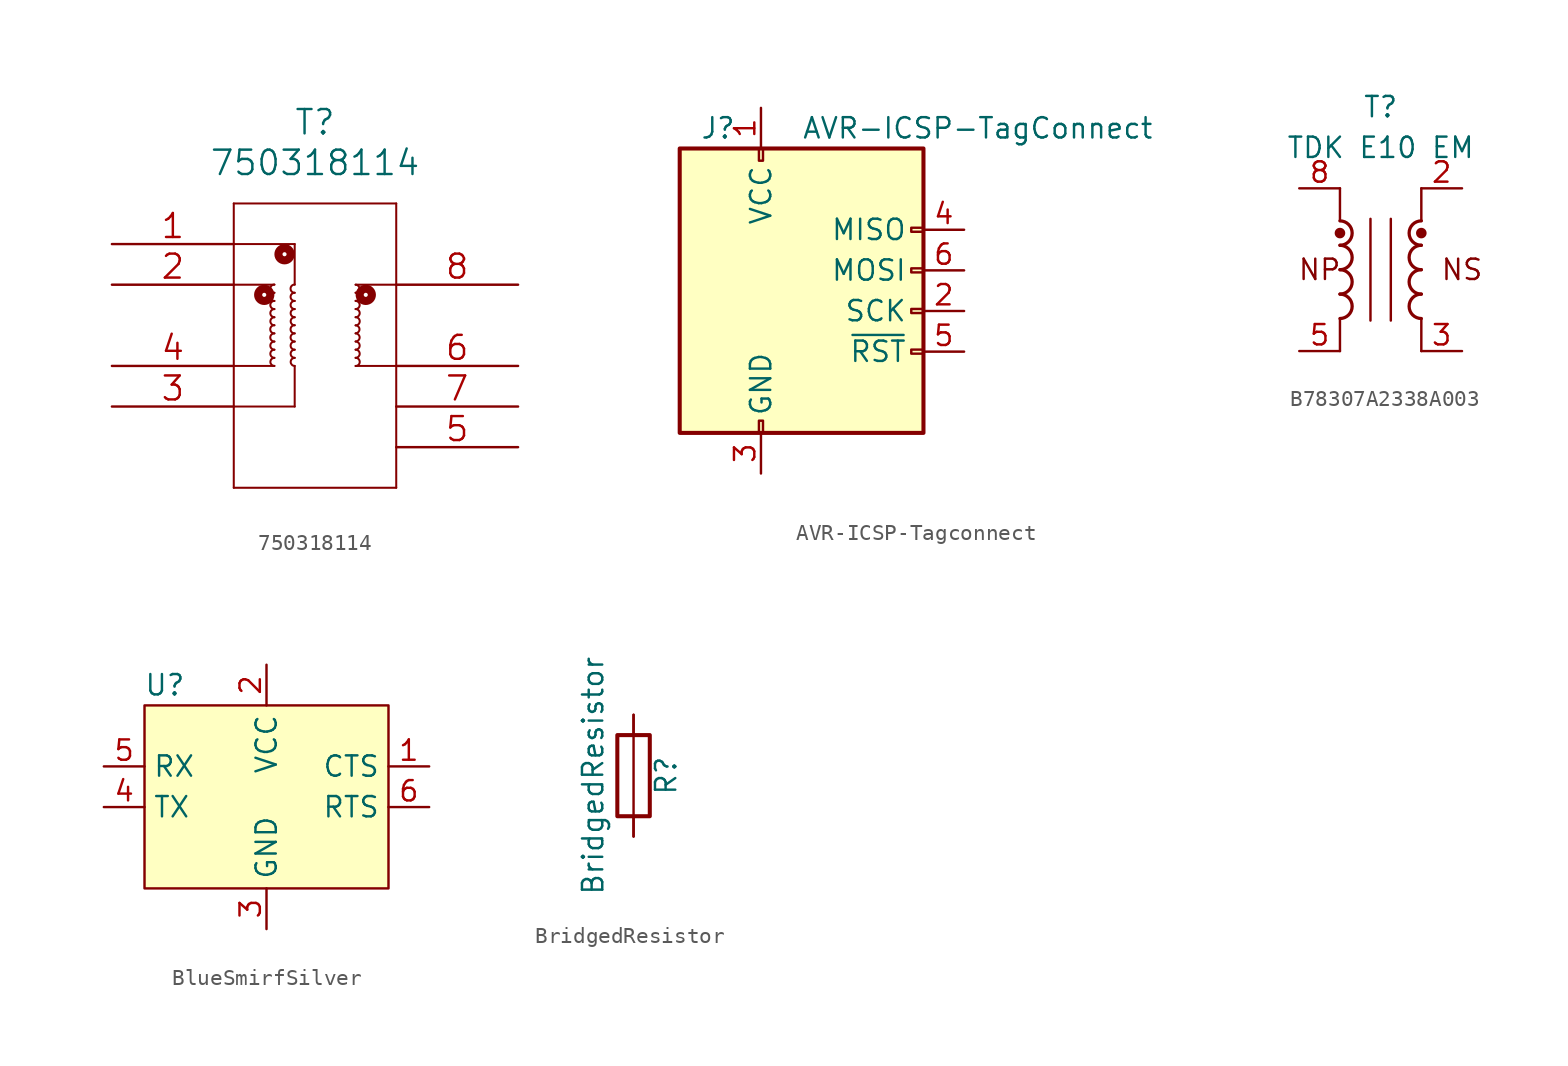
<source format=kicad_sym>
(kicad_symbol_lib
  (version 20231120)
  (generator "kicad_symbol_editor")
  (generator_version "8.0")
  (symbol "750318114"
    (pin_names
      (offset 0.254) hide)
    (property "Reference" "T"
      (at 12.7 7.62 0)
      (effects (font (size 1.524 1.524))))
    (property "Value" "750318114"
      (at 12.7 5.08 0)
      (effects (font (size 1.524 1.524))))
    (property "Datasheet" ""
      (at 0 0 0)
      (effects (font (size 1.524 1.524))))
    (symbol "750318114_1_1"
      (polyline (pts (xy 7.62 -15.24) (xy 17.78 -15.24)) (stroke (width 0.127) (type solid)) (fill (type none)))
      (polyline (pts (xy 7.62 -2.54) (xy 10.16 -2.54)) (stroke (width 0.127) (type solid)) (fill (type none)))
      (polyline (pts (xy 7.62 0) (xy 11.43 0)) (stroke (width 0.127) (type solid)) (fill (type none)))
      (polyline (pts (xy 7.62 2.54) (xy 7.62 -15.24)) (stroke (width 0.127) (type solid)) (fill (type none)))
      (polyline (pts (xy 10.16 -7.62) (xy 7.62 -7.62)) (stroke (width 0.127) (type solid)) (fill (type none)))
      (polyline (pts (xy 11.43 -10.16) (xy 7.62 -10.16)) (stroke (width 0.127) (type solid)) (fill (type none)))
      (polyline (pts (xy 11.43 -10.16) (xy 11.43 -7.62)) (stroke (width 0.127) (type solid)) (fill (type none)))
      (polyline (pts (xy 11.43 -2.54) (xy 11.43 0)) (stroke (width 0.127) (type solid)) (fill (type none)))
      (polyline (pts (xy 15.24 -2.54) (xy 17.78 -2.54)) (stroke (width 0.127) (type solid)) (fill (type none)))
      (polyline (pts (xy 17.78 -15.24) (xy 17.78 2.54)) (stroke (width 0.127) (type solid)) (fill (type none)))
      (polyline (pts (xy 17.78 -7.62) (xy 15.24 -7.62)) (stroke (width 0.127) (type solid)) (fill (type none)))
      (polyline (pts (xy 17.78 2.54) (xy 7.62 2.54)) (stroke (width 0.127) (type solid)) (fill (type none)))
      (circle (center 9.525 -3.175) (radius 0.127) (stroke (width 0.508) (type solid)) (fill (type none)))
      (arc (start 10.16 -7.112) (mid 9.9071 -7.366) (end 10.16 -7.62) (stroke (width 0.127) (type solid)) (fill (type none)))
      (arc (start 10.16 -6.604) (mid 9.9071 -6.858) (end 10.16 -7.112) (stroke (width 0.127) (type solid)) (fill (type none)))
      (arc (start 10.16 -6.096) (mid 9.9071 -6.35) (end 10.16 -6.604) (stroke (width 0.127) (type solid)) (fill (type none)))
      (arc (start 10.16 -5.588) (mid 9.9071 -5.842) (end 10.16 -6.096) (stroke (width 0.127) (type solid)) (fill (type none)))
      (arc (start 10.16 -5.08) (mid 9.9071 -5.334) (end 10.16 -5.588) (stroke (width 0.127) (type solid)) (fill (type none)))
      (arc (start 10.16 -4.572) (mid 9.9071 -4.826) (end 10.16 -5.08) (stroke (width 0.127) (type solid)) (fill (type none)))
      (arc (start 10.16 -4.064) (mid 9.9071 -4.318) (end 10.16 -4.572) (stroke (width 0.127) (type solid)) (fill (type none)))
      (arc (start 10.16 -3.556) (mid 9.9071 -3.81) (end 10.16 -4.064) (stroke (width 0.127) (type solid)) (fill (type none)))
      (arc (start 10.16 -3.048) (mid 9.9071 -3.302) (end 10.16 -3.556) (stroke (width 0.127) (type solid)) (fill (type none)))
      (arc (start 10.16 -2.54) (mid 9.9071 -2.794) (end 10.16 -3.048) (stroke (width 0.127) (type solid)) (fill (type none)))
      (circle (center 10.795 -0.635) (radius 0.127) (stroke (width 0.508) (type solid)) (fill (type none)))
      (arc (start 11.43 -7.112) (mid 11.1771 -7.366) (end 11.43 -7.62) (stroke (width 0.127) (type solid)) (fill (type none)))
      (arc (start 11.43 -6.604) (mid 11.1771 -6.858) (end 11.43 -7.112) (stroke (width 0.127) (type solid)) (fill (type none)))
      (arc (start 11.43 -6.096) (mid 11.1771 -6.35) (end 11.43 -6.604) (stroke (width 0.127) (type solid)) (fill (type none)))
      (arc (start 11.43 -5.588) (mid 11.1771 -5.842) (end 11.43 -6.096) (stroke (width 0.127) (type solid)) (fill (type none)))
      (arc (start 11.43 -5.08) (mid 11.1771 -5.334) (end 11.43 -5.588) (stroke (width 0.127) (type solid)) (fill (type none)))
      (arc (start 11.43 -4.572) (mid 11.1771 -4.826) (end 11.43 -5.08) (stroke (width 0.127) (type solid)) (fill (type none)))
      (arc (start 11.43 -4.064) (mid 11.1771 -4.318) (end 11.43 -4.572) (stroke (width 0.127) (type solid)) (fill (type none)))
      (arc (start 11.43 -3.556) (mid 11.1771 -3.81) (end 11.43 -4.064) (stroke (width 0.127) (type solid)) (fill (type none)))
      (arc (start 11.43 -3.048) (mid 11.1771 -3.302) (end 11.43 -3.556) (stroke (width 0.127) (type solid)) (fill (type none)))
      (arc (start 11.43 -2.54) (mid 11.1771 -2.794) (end 11.43 -3.048) (stroke (width 0.127) (type solid)) (fill (type none)))
      (arc (start 15.24 -7.62) (mid 15.4928 -7.366) (end 15.24 -7.112) (stroke (width 0.127) (type solid)) (fill (type none)))
      (arc (start 15.24 -7.112) (mid 15.4928 -6.858) (end 15.24 -6.604) (stroke (width 0.127) (type solid)) (fill (type none)))
      (arc (start 15.24 -6.604) (mid 15.4928 -6.35) (end 15.24 -6.096) (stroke (width 0.127) (type solid)) (fill (type none)))
      (arc (start 15.24 -6.096) (mid 15.4928 -5.842) (end 15.24 -5.588) (stroke (width 0.127) (type solid)) (fill (type none)))
      (arc (start 15.24 -5.588) (mid 15.4928 -5.334) (end 15.24 -5.08) (stroke (width 0.127) (type solid)) (fill (type none)))
      (arc (start 15.24 -5.08) (mid 15.4928 -4.826) (end 15.24 -4.572) (stroke (width 0.127) (type solid)) (fill (type none)))
      (arc (start 15.24 -4.572) (mid 15.4928 -4.318) (end 15.24 -4.064) (stroke (width 0.127) (type solid)) (fill (type none)))
      (arc (start 15.24 -4.064) (mid 15.4928 -3.81) (end 15.24 -3.556) (stroke (width 0.127) (type solid)) (fill (type none)))
      (arc (start 15.24 -3.556) (mid 15.4928 -3.302) (end 15.24 -3.048) (stroke (width 0.127) (type solid)) (fill (type none)))
      (arc (start 15.24 -3.048) (mid 15.4928 -2.794) (end 15.24 -2.54) (stroke (width 0.127) (type solid)) (fill (type none)))
      (circle (center 15.875 -3.175) (radius 0.127) (stroke (width 0.508) (type solid)) (fill (type none)))
      (pin unspecified line (at 0 0 0) (length 7.62) (name "1" (effects (font (size 1.499 1.499)))) (number "1" (effects (font (size 1.499 1.499)))))
      (pin unspecified line (at 0 -2.54 0) (length 7.62) (name "2" (effects (font (size 1.499 1.499)))) (number "2" (effects (font (size 1.499 1.499)))))
      (pin unspecified line (at 0 -10.16 0) (length 7.62) (name "3" (effects (font (size 1.499 1.499)))) (number "3" (effects (font (size 1.499 1.499)))))
      (pin unspecified line (at 0 -7.62 0) (length 7.62) (name "4" (effects (font (size 1.499 1.499)))) (number "4" (effects (font (size 1.499 1.499)))))
      (pin unspecified line (at 25.4 -12.7 180) (length 7.62) (name "5" (effects (font (size 1.499 1.499)))) (number "5" (effects (font (size 1.499 1.499)))))
      (pin unspecified line (at 25.4 -7.62 180) (length 7.62) (name "6" (effects (font (size 1.499 1.499)))) (number "6" (effects (font (size 1.499 1.499)))))
      (pin unspecified line (at 25.4 -10.16 180) (length 7.62) (name "7" (effects (font (size 1.499 1.499)))) (number "7" (effects (font (size 1.499 1.499)))))
      (pin unspecified line (at 25.4 -2.54 180) (length 7.62) (name "8" (effects (font (size 1.499 1.499)))) (number "8" (effects (font (size 1.499 1.499)))))))
  (symbol "AVR-ICSP-Tagconnect"
    (pin_names
      (offset 1.016))
    (property "Reference" "J"
      (at -6.35 11.43 0)
      (effects (font (size 1.27 1.27)) (justify left)))
    (property "Value" "AVR-ICSP-TagConnect"
      (at 0 11.43 0)
      (effects (font (size 1.27 1.27)) (justify left)))
    (symbol "AVR-ICSP-Tagconnect_0_1"
      (rectangle (start -2.667 -6.858) (end -2.413 -7.62) (stroke (width 0) (type default)) (fill (type none)))
      (rectangle (start -2.667 10.16) (end -2.413 9.398) (stroke (width 0) (type default)) (fill (type none)))
      (rectangle (start 7.62 -2.413) (end 6.858 -2.667) (stroke (width 0) (type default)) (fill (type none)))
      (rectangle (start 7.62 0.127) (end 6.858 -0.127) (stroke (width 0) (type default)) (fill (type none)))
      (rectangle (start 7.62 2.667) (end 6.858 2.413) (stroke (width 0) (type default)) (fill (type none)))
      (rectangle (start 7.62 5.207) (end 6.858 4.953) (stroke (width 0) (type default)) (fill (type none)))
      (rectangle (start 7.62 10.16) (end -7.62 -7.62) (stroke (width 0.254) (type default)) (fill (type background))))
    (symbol "AVR-ICSP-Tagconnect_1_1"
      (pin passive line (at -2.54 12.7 270) (length 2.54) (name "VCC" (effects (font (size 1.27 1.27)))) (number "1" (effects (font (size 1.27 1.27)))))
      (pin passive line (at 10.16 0 180) (length 2.54) (name "SCK" (effects (font (size 1.27 1.27)))) (number "2" (effects (font (size 1.27 1.27)))))
      (pin passive line (at -2.54 -10.16 90) (length 2.54) (name "GND" (effects (font (size 1.27 1.27)))) (number "3" (effects (font (size 1.27 1.27)))))
      (pin passive line (at 10.16 5.08 180) (length 2.54) (name "MISO" (effects (font (size 1.27 1.27)))) (number "4" (effects (font (size 1.27 1.27)))))
      (pin passive line (at 10.16 -2.54 180) (length 2.54) (name "~{RST}" (effects (font (size 1.27 1.27)))) (number "5" (effects (font (size 1.27 1.27)))))
      (pin passive line (at 10.16 2.54 180) (length 2.54) (name "MOSI" (effects (font (size 1.27 1.27)))) (number "6" (effects (font (size 1.27 1.27)))))))
  (symbol "B78307A2338A003"
    (pin_names hide)
    (property "Reference" "T"
      (at 0 10.16 0)
      (effects (font (size 1.27 1.27))))
    (property "Value" "TDK E10 EM"
      (at 0 7.62 0)
      (effects (font (size 1.27 1.27))))
    (symbol "B78307A2338A003_0_1"
      (arc (start -2.54 -3.048) (mid -1.7813 -2.286) (end -2.54 -1.524) (stroke (width 0.2032) (type default)) (fill (type none)))
      (arc (start -2.54 -1.524) (mid -1.7813 -0.762) (end -2.54 0) (stroke (width 0.2032) (type default)) (fill (type none)))
      (arc (start -2.54 0) (mid -1.7813 0.762) (end -2.54 1.524) (stroke (width 0.2032) (type default)) (fill (type none)))
      (circle (center -2.54 2.286) (radius 0.254) (stroke (width 0) (type default)) (fill (type outline)))
      (polyline (pts (xy -2.54 -3.048) (xy -2.54 -5.08)) (stroke (width 0) (type default)) (fill (type none)))
      (polyline (pts (xy -2.54 5.08) (xy -2.54 3.048)) (stroke (width 0) (type default)) (fill (type none)))
      (polyline (pts (xy -0.635 3.175) (xy -0.635 -3.175)) (stroke (width 0) (type default)) (fill (type none)))
      (polyline (pts (xy 0.635 3.175) (xy 0.635 -3.175)) (stroke (width 0) (type default)) (fill (type none)))
      (polyline (pts (xy 2.54 -3.048) (xy 2.54 -5.08)) (stroke (width 0) (type default)) (fill (type none)))
      (polyline (pts (xy 2.54 5.08) (xy 2.54 3.048)) (stroke (width 0) (type default)) (fill (type none)))
      (arc (start 2.54 -1.524) (mid 1.7813 -2.286) (end 2.54 -3.048) (stroke (width 0.2032) (type default)) (fill (type none)))
      (arc (start 2.54 0) (mid 1.7813 -0.762) (end 2.54 -1.524) (stroke (width 0.2032) (type default)) (fill (type none)))
      (arc (start 2.54 1.524) (mid 1.7813 0.762) (end 2.54 0) (stroke (width 0.2032) (type default)) (fill (type none)))
      (circle (center 2.54 2.286) (radius 0.254) (stroke (width 0) (type default)) (fill (type outline)))
      (arc (start 2.54 3.048) (mid 1.7813 2.286) (end 2.54 1.524) (stroke (width 0.2032) (type default)) (fill (type none)))
      (text "NP" (at -3.81 0 0) (effects (font (size 1.27 1.27))))
      (text "NS" (at 5.08 0 0) (effects (font (size 1.27 1.27)))))
    (symbol "B78307A2338A003_1_1"
      (arc (start -2.54 1.524) (mid -1.7813 2.286) (end -2.54 3.048) (stroke (width 0.2032) (type default)) (fill (type none)))
      (pin passive line (at 5.08 5.08 180) (length 2.54) (name "~" (effects (font (size 1.27 1.27)))) (number "2" (effects (font (size 1.27 1.27)))))
      (pin passive line (at 5.08 -5.08 180) (length 2.54) (name "~" (effects (font (size 1.27 1.27)))) (number "3" (effects (font (size 1.27 1.27)))))
      (pin passive line (at -5.08 -5.08 0) (length 2.54) (name "~" (effects (font (size 1.27 1.27)))) (number "5" (effects (font (size 1.27 1.27)))))
      (pin passive line (at -5.08 5.08 0) (length 2.54) (name "~" (effects (font (size 1.27 1.27)))) (number "8" (effects (font (size 1.27 1.27)))))))
  (symbol "BlueSmirfSilver"
    (property "Reference" "U"
      (at -6.35 6.35 0)
      (effects (font (size 1.27 1.27))))
    (property "Value" ""
      (at -1.27 -1.27 0)
      (effects (font (size 1.27 1.27))))
    (symbol "BlueSmirfSilver_1_1"
      (rectangle (start -7.62 5.08) (end 7.62 -6.35) (stroke (width 0) (type default)) (fill (type background)))
      (pin unspecified line (at 10.16 1.27 180) (length 2.54) (name "CTS" (effects (font (size 1.27 1.27)))) (number "1" (effects (font (size 1.27 1.27)))))
      (pin power_in line (at 0 7.62 270) (length 2.54) (name "VCC" (effects (font (size 1.27 1.27)))) (number "2" (effects (font (size 1.27 1.27)))))
      (pin power_in line (at 0 -8.89 90) (length 2.54) (name "GND" (effects (font (size 1.27 1.27)))) (number "3" (effects (font (size 1.27 1.27)))))
      (pin output line (at -10.16 -1.27 0) (length 2.54) (name "TX" (effects (font (size 1.27 1.27)))) (number "4" (effects (font (size 1.27 1.27)))))
      (pin input line (at -10.16 1.27 0) (length 2.54) (name "RX" (effects (font (size 1.27 1.27)))) (number "5" (effects (font (size 1.27 1.27)))))
      (pin unspecified line (at 10.16 -1.27 180) (length 2.54) (name "RTS" (effects (font (size 1.27 1.27)))) (number "6" (effects (font (size 1.27 1.27)))))))
  (symbol "BridgedResistor"
    (pin_numbers hide)
    (pin_names
      (offset 0))
    (property "Reference" "R"
      (at 2.032 0 90)
      (effects (font (size 1.27 1.27))))
    (property "Value" "BridgedResistor"
      (at -2.54 0 90)
      (effects (font (size 1.27 1.27))))
    (symbol "BridgedResistor_0_1"
      (rectangle (start -1.016 -2.54) (end 1.016 2.54) (stroke (width 0.254) (type default)) (fill (type none)))
      (polyline (pts (xy 0 -3.81) (xy 0 3.81)) (stroke (width 0.152) (type default)) (fill (type none))))
    (symbol "BridgedResistor_1_1"
      (pin passive line (at 0 3.81 270) (length 1.27) (name "~" (effects (font (size 1.27 1.27)))) (number "1" (effects (font (size 1.27 1.27)))))
      (pin passive line (at 0 -3.81 90) (length 1.27) (name "~" (effects (font (size 1.27 1.27)))) (number "2" (effects (font (size 1.27 1.27))))))))
</source>
